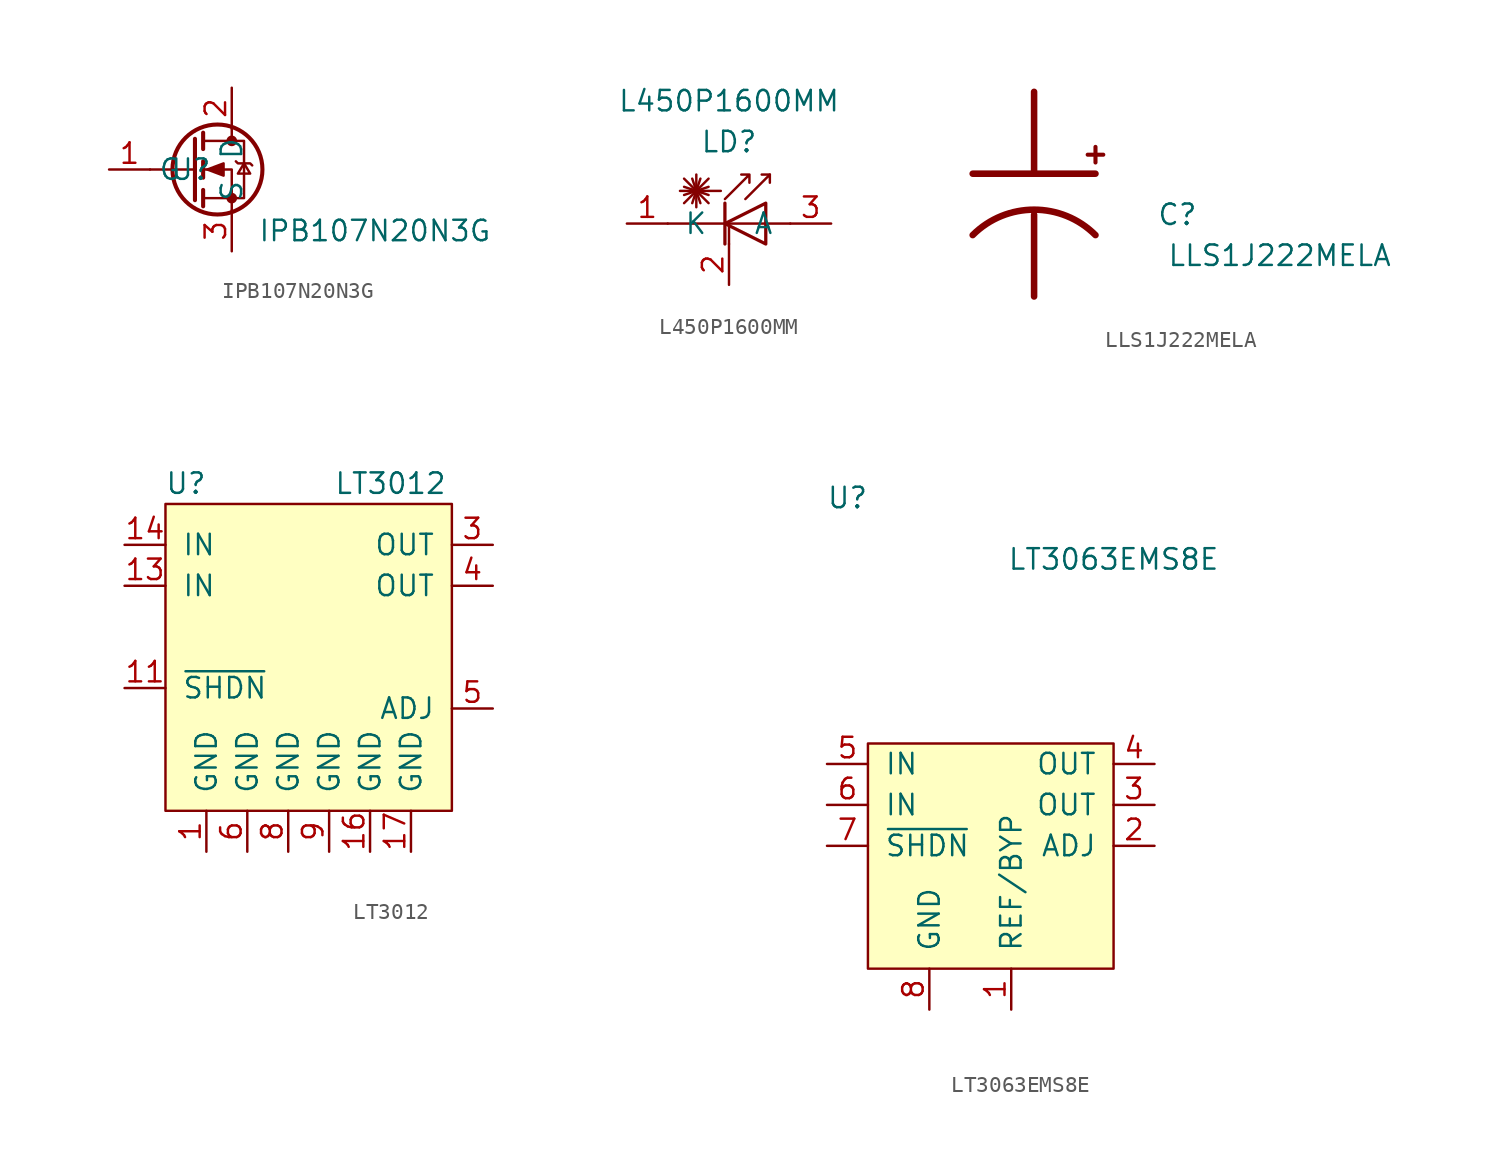
<source format=kicad_sym>
(kicad_symbol_lib
  (version 20211014)
  (generator kicad_symbol_editor)
  (symbol "IPB107N20N3G"
    (property "Reference" "U"
      (at 0 0 0)
      (effects (font (size 1.27 1.27))))
    (property "Value" "IPB107N20N3G"
      (at 11.43 -3.81 0)
      (effects (font (size 1.27 1.27))))
    (symbol "IPB107N20N3G_0_1"
      (polyline (pts (xy 0.254 0) (xy -2.54 0)) (stroke (width 0) (type default) (color 0 0 0 0)) (fill (type none)))
      (polyline (pts (xy 0.254 1.905) (xy 0.254 -1.905)) (stroke (width 0.254) (type default) (color 0 0 0 0)) (fill (type none)))
      (polyline (pts (xy 0.762 -1.27) (xy 0.762 -2.286)) (stroke (width 0.254) (type default) (color 0 0 0 0)) (fill (type none)))
      (polyline (pts (xy 0.762 0.508) (xy 0.762 -0.508)) (stroke (width 0.254) (type default) (color 0 0 0 0)) (fill (type none)))
      (polyline (pts (xy 0.762 2.286) (xy 0.762 1.27)) (stroke (width 0.254) (type default) (color 0 0 0 0)) (fill (type none)))
      (polyline (pts (xy 2.54 2.54) (xy 2.54 1.778)) (stroke (width 0) (type default) (color 0 0 0 0)) (fill (type none)))
      (polyline (pts (xy 2.54 -2.54) (xy 2.54 0) (xy 0.762 0)) (stroke (width 0) (type default) (color 0 0 0 0)) (fill (type none)))
      (polyline (pts (xy 0.762 -1.778) (xy 3.302 -1.778) (xy 3.302 1.778) (xy 0.762 1.778)) (stroke (width 0) (type default) (color 0 0 0 0)) (fill (type none)))
      (polyline (pts (xy 1.016 0) (xy 2.032 0.381) (xy 2.032 -0.381) (xy 1.016 0)) (stroke (width 0) (type default) (color 0 0 0 0)) (fill (type outline)))
      (polyline (pts (xy 2.794 0.508) (xy 2.921 0.381) (xy 3.683 0.381) (xy 3.81 0.254)) (stroke (width 0) (type default) (color 0 0 0 0)) (fill (type none)))
      (polyline (pts (xy 3.302 0.381) (xy 2.921 -0.254) (xy 3.683 -0.254) (xy 3.302 0.381)) (stroke (width 0) (type default) (color 0 0 0 0)) (fill (type none)))
      (circle (center 1.651 0) (radius 2.794) (stroke (width 0.254) (type default) (color 0 0 0 0)) (fill (type none)))
      (circle (center 2.54 -1.778) (radius 0.254) (stroke (width 0) (type default) (color 0 0 0 0)) (fill (type outline)))
      (circle (center 2.54 1.778) (radius 0.254) (stroke (width 0) (type default) (color 0 0 0 0)) (fill (type outline))))
    (symbol "IPB107N20N3G_1_1"
      (pin passive line (at -5.08 0 0) (length 2.54) (name "G" (effects (font (size 1.27 1.27)))) (number "1" (effects (font (size 1.27 1.27)))))
      (pin passive line (at 2.54 5.08 270) (length 2.54) (name "D" (effects (font (size 1.27 1.27)))) (number "2" (effects (font (size 1.27 1.27)))))
      (pin passive line (at 2.54 -5.08 90) (length 2.54) (name "S" (effects (font (size 1.27 1.27)))) (number "3" (effects (font (size 1.27 1.27)))))))
  (symbol "L450P1600MM"
    (pin_names
      (offset 1.016))
    (property "Reference" "LD"
      (at 0 1.27 0)
      (effects (font (size 1.27 1.27))))
    (property "Value" "L450P1600MM"
      (at 0 3.81 0)
      (effects (font (size 1.27 1.27))))
    (symbol "L450P1600MM_0_1"
      (polyline (pts (xy 0 -5.08) (xy 0 -3.81)) (stroke (width 0) (type default) (color 0 0 0 0)) (fill (type none))))
    (symbol "L450P1600MM_1_1"
      (polyline (pts (xy -2.794 -2.54) (xy -1.27 -1.016)) (stroke (width 0) (type default) (color 0 0 0 0)) (fill (type none)))
      (polyline (pts (xy -2.794 -2.032) (xy -1.27 -1.524)) (stroke (width 0) (type default) (color 0 0 0 0)) (fill (type none)))
      (polyline (pts (xy -2.794 -1.524) (xy -1.27 -2.032)) (stroke (width 0) (type default) (color 0 0 0 0)) (fill (type none)))
      (polyline (pts (xy -2.794 -1.016) (xy -1.27 -2.54)) (stroke (width 0) (type default) (color 0 0 0 0)) (fill (type none)))
      (polyline (pts (xy -2.286 -1.016) (xy -1.778 -2.54)) (stroke (width 0) (type default) (color 0 0 0 0)) (fill (type none)))
      (polyline (pts (xy -2.032 -1.778) (xy -2.032 -2.794)) (stroke (width 0) (type default) (color 0 0 0 0)) (fill (type none)))
      (polyline (pts (xy -2.032 -1.778) (xy -2.032 -0.762)) (stroke (width 0) (type default) (color 0 0 0 0)) (fill (type none)))
      (polyline (pts (xy -1.778 -1.016) (xy -2.286 -2.54)) (stroke (width 0) (type default) (color 0 0 0 0)) (fill (type none)))
      (polyline (pts (xy -0.508 -1.778) (xy -3.048 -1.778)) (stroke (width 0) (type default) (color 0 0 0 0)) (fill (type none)))
      (polyline (pts (xy -0.254 -2.54) (xy -0.254 -5.08)) (stroke (width 0.203) (type default) (color 0 0 0 0)) (fill (type none)))
      (polyline (pts (xy 2.54 -0.762) (xy 2.032 -0.762)) (stroke (width 0) (type default) (color 0 0 0 0)) (fill (type none)))
      (polyline (pts (xy 3.81 -3.81) (xy -3.81 -3.81)) (stroke (width 0) (type default) (color 0 0 0 0)) (fill (type none)))
      (polyline (pts (xy 1.016 -2.286) (xy 2.54 -0.762) (xy 2.54 -1.27)) (stroke (width 0) (type default) (color 0 0 0 0)) (fill (type none)))
      (polyline (pts (xy 2.286 -2.54) (xy 2.286 -5.08) (xy -0.254 -3.81) (xy 2.286 -2.54)) (stroke (width 0.203) (type default) (color 0 0 0 0)) (fill (type none)))
      (polyline (pts (xy -0.254 -2.286) (xy 1.27 -0.762) (xy 1.27 -1.27) (xy 1.27 -0.762) (xy 0.762 -0.762)) (stroke (width 0) (type default) (color 0 0 0 0)) (fill (type none)))
      (pin passive line (at -6.35 -3.81 0) (length 2.54) (name "K" (effects (font (size 1.27 1.27)))) (number "1" (effects (font (size 1.27 1.27)))))
      (pin passive line (at 0 -7.62 90) (length 2.54) (name "~" (effects (font (size 1.27 1.27)))) (number "2" (effects (font (size 1.27 1.27)))))
      (pin passive line (at 6.35 -3.81 180) (length 2.54) (name "A" (effects (font (size 1.27 1.27)))) (number "3" (effects (font (size 1.27 1.27)))))))
  (symbol "LLS1J222MELA"
    (pin_names
      (offset 1.016))
    (property "Reference" "C"
      (at 8.89 3.81 0)
      (effects (font (size 1.27 1.27))))
    (property "Value" "LLS1J222MELA"
      (at 15.24 1.27 0)
      (effects (font (size 1.27 1.27))))
    (symbol "LLS1J222MELA_0_0"
      (polyline (pts (xy -3.81 6.35) (xy 3.81 6.35)) (stroke (width 0.406) (type default) (color 0 0 0 0)) (fill (type none)))
      (polyline (pts (xy 0 3.81) (xy 0 -1.27)) (stroke (width 0.406) (type default) (color 0 0 0 0)) (fill (type none)))
      (polyline (pts (xy 0 6.35) (xy 0 11.43)) (stroke (width 0.406) (type default) (color 0 0 0 0)) (fill (type none)))
      (arc (start 3.81 2.54) (mid 0 4.1182) (end -3.81 2.54) (stroke (width 0.4064) (type default) (color 0 0 0 0)) (fill (type none)))
      (text "+" (at 3.81 7.62 0) (effects (font (size 1.27 1.27) bold))))
    (symbol "LLS1J222MELA_1_1"
      (pin input line (at 0 11.43 270) (length 5.004) (name "+" (effects (font (size 0 0)))) (number "1" (effects (font (size 0 0)))))
      (pin input line (at 0 -1.27 90) (length 5.004) (name "-" (effects (font (size 0 0)))) (number "2" (effects (font (size 0 0)))))))
  (symbol "LT3012"
    (pin_names
      (offset 1.016))
    (property "Reference" "U"
      (at -3.81 11.43 0)
      (effects (font (size 1.27 1.27))))
    (property "Value" "LT3012"
      (at 8.89 11.43 0)
      (effects (font (size 1.27 1.27))))
    (symbol "LT3012_0_1"
      (rectangle (start -5.08 10.16) (end 12.7 -8.89) (stroke (width 0) (type default) (color 0 0 0 0)) (fill (type background))))
    (symbol "LT3012_1_1"
      (pin bidirectional line (at -2.54 -11.43 90) (length 2.54) (name "GND" (effects (font (size 1.27 1.27)))) (number "1" (effects (font (size 1.27 1.27)))))
      (pin bidirectional line (at 20.32 -11.43 90) (length 2.54) hide (name "NC" (effects (font (size 1.27 1.27)))) (number "10" (effects (font (size 1.27 1.27)))))
      (pin bidirectional line (at -7.62 -1.27 0) (length 2.54) (name "~{SHDN}" (effects (font (size 1.27 1.27)))) (number "11" (effects (font (size 1.27 1.27)))))
      (pin bidirectional line (at 22.86 -11.43 90) (length 2.54) hide (name "NC" (effects (font (size 1.27 1.27)))) (number "12" (effects (font (size 1.27 1.27)))))
      (pin bidirectional line (at -7.62 5.08 0) (length 2.54) (name "IN" (effects (font (size 1.27 1.27)))) (number "13" (effects (font (size 1.27 1.27)))))
      (pin bidirectional line (at -7.62 7.62 0) (length 2.54) (name "IN" (effects (font (size 1.27 1.27)))) (number "14" (effects (font (size 1.27 1.27)))))
      (pin bidirectional line (at 25.4 -11.43 90) (length 2.54) hide (name "NC" (effects (font (size 1.27 1.27)))) (number "15" (effects (font (size 1.27 1.27)))))
      (pin bidirectional line (at 7.62 -11.43 90) (length 2.54) (name "GND" (effects (font (size 1.27 1.27)))) (number "16" (effects (font (size 1.27 1.27)))))
      (pin bidirectional line (at 10.16 -11.43 90) (length 2.54) (name "GND" (effects (font (size 1.27 1.27)))) (number "17" (effects (font (size 1.27 1.27)))))
      (pin bidirectional line (at 15.24 -11.43 90) (length 2.54) hide (name "NC" (effects (font (size 1.27 1.27)))) (number "2" (effects (font (size 1.27 1.27)))))
      (pin bidirectional line (at 15.24 7.62 180) (length 2.54) (name "OUT" (effects (font (size 1.27 1.27)))) (number "3" (effects (font (size 1.27 1.27)))))
      (pin bidirectional line (at 15.24 5.08 180) (length 2.54) (name "OUT" (effects (font (size 1.27 1.27)))) (number "4" (effects (font (size 1.27 1.27)))))
      (pin bidirectional line (at 15.24 -2.54 180) (length 2.54) (name "ADJ" (effects (font (size 1.27 1.27)))) (number "5" (effects (font (size 1.27 1.27)))))
      (pin bidirectional line (at 0 -11.43 90) (length 2.54) (name "GND" (effects (font (size 1.27 1.27)))) (number "6" (effects (font (size 1.27 1.27)))))
      (pin bidirectional line (at 17.78 -11.43 90) (length 2.54) hide (name "NC" (effects (font (size 1.27 1.27)))) (number "7" (effects (font (size 1.27 1.27)))))
      (pin bidirectional line (at 2.54 -11.43 90) (length 2.54) (name "GND" (effects (font (size 1.27 1.27)))) (number "8" (effects (font (size 1.27 1.27)))))
      (pin bidirectional line (at 5.08 -11.43 90) (length 2.54) (name "GND" (effects (font (size 1.27 1.27)))) (number "9" (effects (font (size 1.27 1.27)))))))
  (symbol "LT3063EMS8E"
    (pin_names
      (offset 1.016))
    (property "Reference" "U"
      (at -8.89 21.59 0)
      (effects (font (size 1.27 1.27))))
    (property "Value" "LT3063EMS8E"
      (at 7.62 17.78 0)
      (effects (font (size 1.27 1.27))))
    (symbol "LT3063EMS8E_1_1"
      (rectangle (start -7.62 6.35) (end 7.62 -7.62) (stroke (width 0) (type default) (color 0 0 0 0)) (fill (type background)))
      (pin bidirectional line (at 1.27 -10.16 90) (length 2.54) (name "REF/BYP" (effects (font (size 1.27 1.27)))) (number "1" (effects (font (size 1.27 1.27)))))
      (pin bidirectional line (at 10.16 0 180) (length 2.54) (name "ADJ" (effects (font (size 1.27 1.27)))) (number "2" (effects (font (size 1.27 1.27)))))
      (pin bidirectional line (at 10.16 2.54 180) (length 2.54) (name "OUT" (effects (font (size 1.27 1.27)))) (number "3" (effects (font (size 1.27 1.27)))))
      (pin bidirectional line (at 10.16 5.08 180) (length 2.54) (name "OUT" (effects (font (size 1.27 1.27)))) (number "4" (effects (font (size 1.27 1.27)))))
      (pin bidirectional line (at -10.16 5.08 0) (length 2.54) (name "IN" (effects (font (size 1.27 1.27)))) (number "5" (effects (font (size 1.27 1.27)))))
      (pin bidirectional line (at -10.16 2.54 0) (length 2.54) (name "IN" (effects (font (size 1.27 1.27)))) (number "6" (effects (font (size 1.27 1.27)))))
      (pin bidirectional line (at -10.16 0 0) (length 2.54) (name "~{SHDN}" (effects (font (size 1.27 1.27)))) (number "7" (effects (font (size 1.27 1.27)))))
      (pin bidirectional line (at -3.81 -10.16 90) (length 2.54) (name "GND" (effects (font (size 1.27 1.27)))) (number "8" (effects (font (size 1.27 1.27))))))))
</source>
